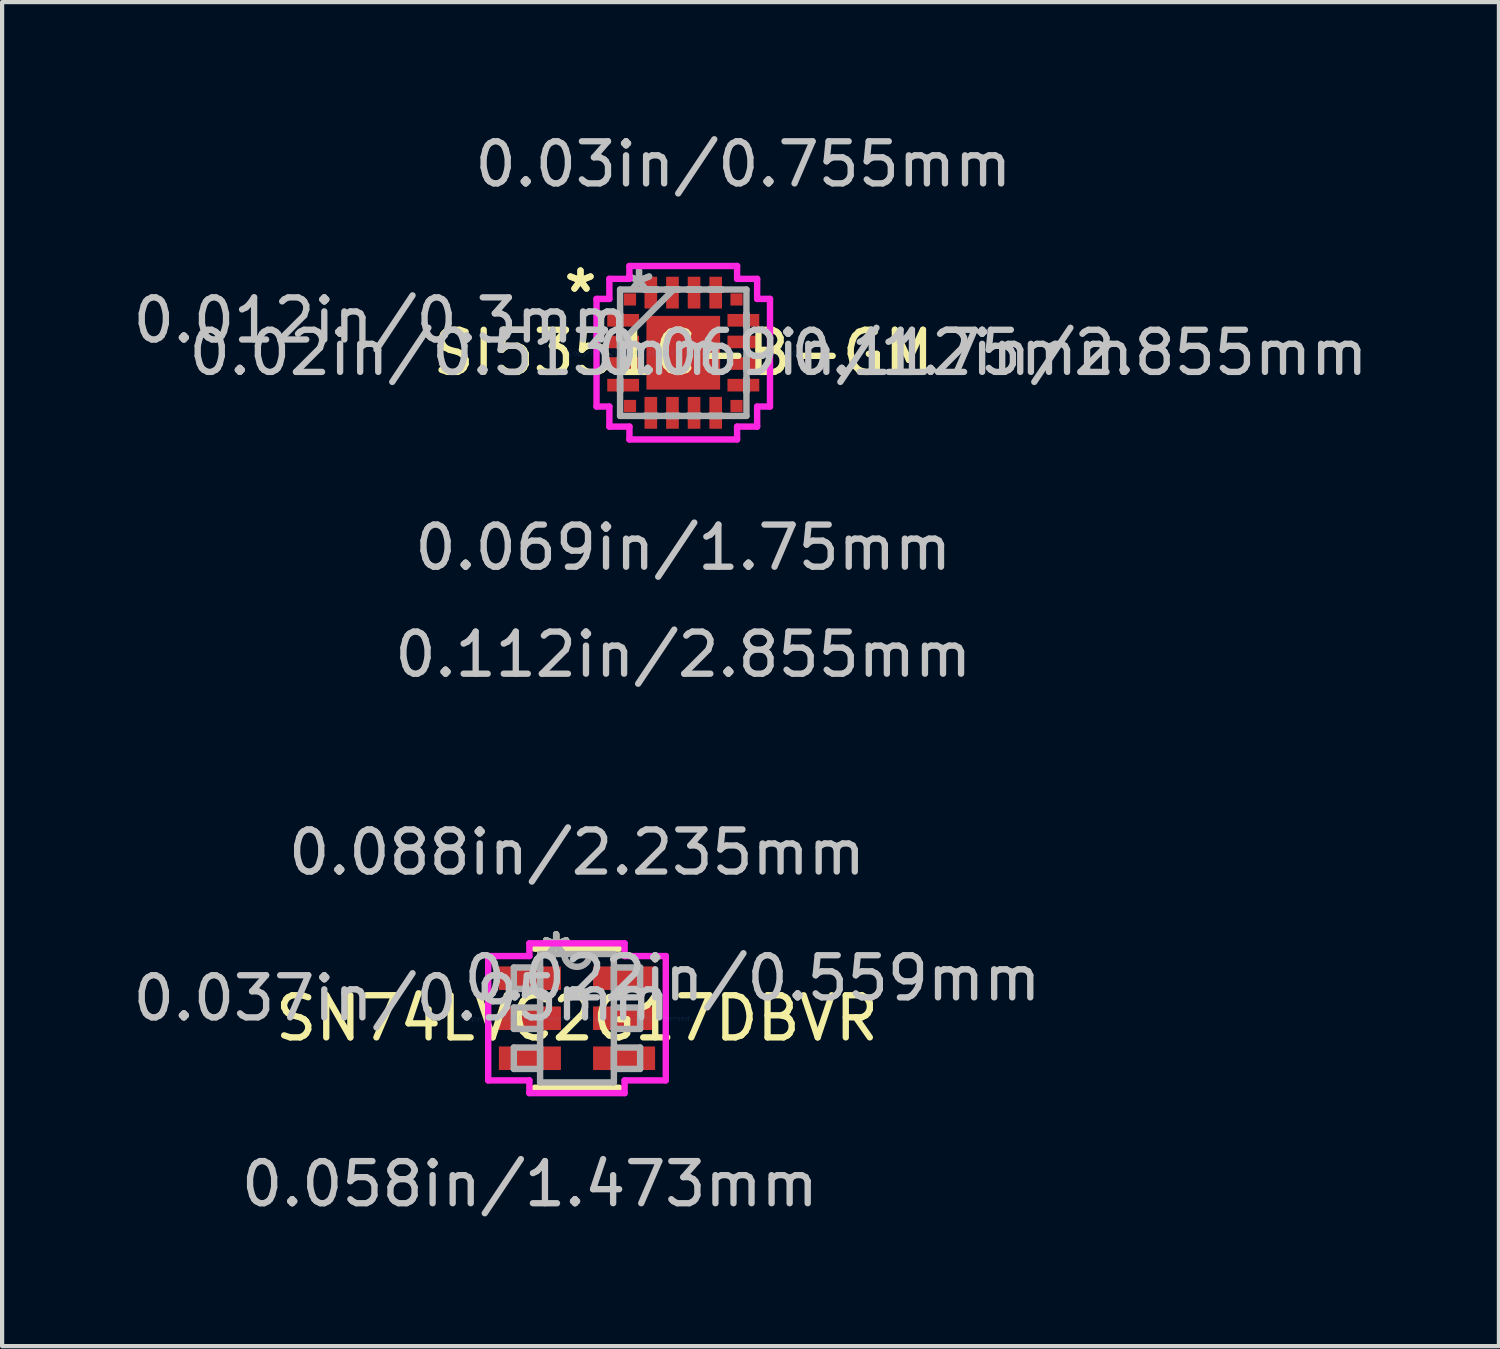
<source format=kicad_pcb>
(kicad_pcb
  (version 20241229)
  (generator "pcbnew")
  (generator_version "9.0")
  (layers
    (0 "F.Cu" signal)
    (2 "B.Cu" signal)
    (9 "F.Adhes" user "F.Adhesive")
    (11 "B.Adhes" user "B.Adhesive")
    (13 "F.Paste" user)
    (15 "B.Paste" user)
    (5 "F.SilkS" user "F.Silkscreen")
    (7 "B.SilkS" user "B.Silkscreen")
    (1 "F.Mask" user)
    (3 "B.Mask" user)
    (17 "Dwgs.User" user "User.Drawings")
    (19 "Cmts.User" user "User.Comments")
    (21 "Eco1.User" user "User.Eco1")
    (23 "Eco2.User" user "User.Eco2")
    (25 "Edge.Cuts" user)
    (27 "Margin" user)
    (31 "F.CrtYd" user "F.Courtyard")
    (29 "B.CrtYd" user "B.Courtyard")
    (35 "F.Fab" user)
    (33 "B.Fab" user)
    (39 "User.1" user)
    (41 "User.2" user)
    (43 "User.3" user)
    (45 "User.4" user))
  (footprint "SI5351C-B-GM"
    (layer "F.Cu")
    (at 13.171 5.324)
    (property "Reference" "SI5351C-B-GM" (at 0 0 0) (layer "F.SilkS") (effects (font (size 1 1) (thickness 0.15))))
    (attr through_hole)
    (fp_line (start -0.875 -0.875) (end -0.875 0.875) (stroke (width 0.152) (type solid)) (layer "F.Paste"))
    (fp_line (start -0.875 0.875) (end 0.875 0.875) (stroke (width 0.152) (type solid)) (layer "F.Paste"))
    (fp_line (start 0.875 -0.875) (end -0.875 -0.875) (stroke (width 0.152) (type solid)) (layer "F.Paste"))
    (fp_line (start 0.875 0.875) (end 0.875 -0.875) (stroke (width 0.152) (type solid)) (layer "F.Paste"))
    (fp_line (start -2.059 -1.278) (end -1.754 -1.278) (stroke (width 0.152) (type solid)) (layer "F.CrtYd"))
    (fp_line (start -2.059 1.278) (end -2.059 -1.278) (stroke (width 0.152) (type solid)) (layer "F.CrtYd"))
    (fp_line (start -1.754 -1.754) (end -1.278 -1.754) (stroke (width 0.152) (type solid)) (layer "F.CrtYd"))
    (fp_line (start -1.754 -1.278) (end -1.754 -1.754) (stroke (width 0.152) (type solid)) (layer "F.CrtYd"))
    (fp_line (start -1.754 1.278) (end -2.059 1.278) (stroke (width 0.152) (type solid)) (layer "F.CrtYd"))
    (fp_line (start -1.754 1.754) (end -1.754 1.278) (stroke (width 0.152) (type solid)) (layer "F.CrtYd"))
    (fp_line (start -1.278 -2.059) (end 1.278 -2.059) (stroke (width 0.152) (type solid)) (layer "F.CrtYd"))
    (fp_line (start -1.278 -1.754) (end -1.278 -2.059) (stroke (width 0.152) (type solid)) (layer "F.CrtYd"))
    (fp_line (start -1.278 1.754) (end -1.754 1.754) (stroke (width 0.152) (type solid)) (layer "F.CrtYd"))
    (fp_line (start -1.278 2.059) (end -1.278 1.754) (stroke (width 0.152) (type solid)) (layer "F.CrtYd"))
    (fp_line (start 1.278 -2.059) (end 1.278 -1.754) (stroke (width 0.152) (type solid)) (layer "F.CrtYd"))
    (fp_line (start 1.278 -1.754) (end 1.754 -1.754) (stroke (width 0.152) (type solid)) (layer "F.CrtYd"))
    (fp_line (start 1.278 1.754) (end 1.278 2.059) (stroke (width 0.152) (type solid)) (layer "F.CrtYd"))
    (fp_line (start 1.278 2.059) (end -1.278 2.059) (stroke (width 0.152) (type solid)) (layer "F.CrtYd"))
    (fp_line (start 1.754 -1.754) (end 1.754 -1.278) (stroke (width 0.152) (type solid)) (layer "F.CrtYd"))
    (fp_line (start 1.754 -1.278) (end 2.059 -1.278) (stroke (width 0.152) (type solid)) (layer "F.CrtYd"))
    (fp_line (start 1.754 1.278) (end 1.754 1.754) (stroke (width 0.152) (type solid)) (layer "F.CrtYd"))
    (fp_line (start 1.754 1.754) (end 1.278 1.754) (stroke (width 0.152) (type solid)) (layer "F.CrtYd"))
    (fp_line (start 2.059 -1.278) (end 2.059 1.278) (stroke (width 0.152) (type solid)) (layer "F.CrtYd"))
    (fp_line (start 2.059 1.278) (end 1.754 1.278) (stroke (width 0.152) (type solid)) (layer "F.CrtYd"))
    (fp_line (start -1.5 -1.5) (end -1.5 1.5) (stroke (width 0.152) (type solid)) (layer "F.Fab"))
    (fp_line (start -1.5 -0.919) (end -1.5 -0.919) (stroke (width 0.152) (type solid)) (layer "F.Fab"))
    (fp_line (start -1.5 -0.919) (end -1.5 -0.62) (stroke (width 0.152) (type solid)) (layer "F.Fab"))
    (fp_line (start -1.5 -0.62) (end -1.5 -0.919) (stroke (width 0.152) (type solid)) (layer "F.Fab"))
    (fp_line (start -1.5 -0.62) (end -1.5 -0.62) (stroke (width 0.152) (type solid)) (layer "F.Fab"))
    (fp_line (start -1.5 -0.406) (end -1.5 -0.406) (stroke (width 0.152) (type solid)) (layer "F.Fab"))
    (fp_line (start -1.5 -0.406) (end -1.5 -0.106) (stroke (width 0.152) (type solid)) (layer "F.Fab"))
    (fp_line (start -1.5 -0.23) (end -0.23 -1.5) (stroke (width 0.152) (type solid)) (layer "F.Fab"))
    (fp_line (start -1.5 -0.106) (end -1.5 -0.406) (stroke (width 0.152) (type solid)) (layer "F.Fab"))
    (fp_line (start -1.5 -0.106) (end -1.5 -0.106) (stroke (width 0.152) (type solid)) (layer "F.Fab"))
    (fp_line (start -1.5 0.106) (end -1.5 0.106) (stroke (width 0.152) (type solid)) (layer "F.Fab"))
    (fp_line (start -1.5 0.106) (end -1.5 0.406) (stroke (width 0.152) (type solid)) (layer "F.Fab"))
    (fp_line (start -1.5 0.406) (end -1.5 0.106) (stroke (width 0.152) (type solid)) (layer "F.Fab"))
    (fp_line (start -1.5 0.406) (end -1.5 0.406) (stroke (width 0.152) (type solid)) (layer "F.Fab"))
    (fp_line (start -1.5 0.62) (end -1.5 0.62) (stroke (width 0.152) (type solid)) (layer "F.Fab"))
    (fp_line (start -1.5 0.62) (end -1.5 0.919) (stroke (width 0.152) (type solid)) (layer "F.Fab"))
    (fp_line (start -1.5 0.919) (end -1.5 0.62) (stroke (width 0.152) (type solid)) (layer "F.Fab"))
    (fp_line (start -1.5 0.919) (end -1.5 0.919) (stroke (width 0.152) (type solid)) (layer "F.Fab"))
    (fp_line (start -1.5 1.5) (end 1.5 1.5) (stroke (width 0.152) (type solid)) (layer "F.Fab"))
    (fp_line (start -0.919 -1.5) (end -0.919 -1.5) (stroke (width 0.152) (type solid)) (layer "F.Fab"))
    (fp_line (start -0.919 -1.5) (end -0.62 -1.5) (stroke (width 0.152) (type solid)) (layer "F.Fab"))
    (fp_line (start -0.919 1.5) (end -0.919 1.5) (stroke (width 0.152) (type solid)) (layer "F.Fab"))
    (fp_line (start -0.919 1.5) (end -0.62 1.5) (stroke (width 0.152) (type solid)) (layer "F.Fab"))
    (fp_line (start -0.62 -1.5) (end -0.919 -1.5) (stroke (width 0.152) (type solid)) (layer "F.Fab"))
    (fp_line (start -0.62 -1.5) (end -0.62 -1.5) (stroke (width 0.152) (type solid)) (layer "F.Fab"))
    (fp_line (start -0.62 1.5) (end -0.919 1.5) (stroke (width 0.152) (type solid)) (layer "F.Fab"))
    (fp_line (start -0.62 1.5) (end -0.62 1.5) (stroke (width 0.152) (type solid)) (layer "F.Fab"))
    (fp_line (start -0.406 -1.5) (end -0.406 -1.5) (stroke (width 0.152) (type solid)) (layer "F.Fab"))
    (fp_line (start -0.406 -1.5) (end -0.106 -1.5) (stroke (width 0.152) (type solid)) (layer "F.Fab"))
    (fp_line (start -0.406 1.5) (end -0.406 1.5) (stroke (width 0.152) (type solid)) (layer "F.Fab"))
    (fp_line (start -0.406 1.5) (end -0.106 1.5) (stroke (width 0.152) (type solid)) (layer "F.Fab"))
    (fp_line (start -0.106 -1.5) (end -0.406 -1.5) (stroke (width 0.152) (type solid)) (layer "F.Fab"))
    (fp_line (start -0.106 -1.5) (end -0.106 -1.5) (stroke (width 0.152) (type solid)) (layer "F.Fab"))
    (fp_line (start -0.106 1.5) (end -0.406 1.5) (stroke (width 0.152) (type solid)) (layer "F.Fab"))
    (fp_line (start -0.106 1.5) (end -0.106 1.5) (stroke (width 0.152) (type solid)) (layer "F.Fab"))
    (fp_line (start 0.106 -1.5) (end 0.106 -1.5) (stroke (width 0.152) (type solid)) (layer "F.Fab"))
    (fp_line (start 0.106 -1.5) (end 0.406 -1.5) (stroke (width 0.152) (type solid)) (layer "F.Fab"))
    (fp_line (start 0.106 1.5) (end 0.106 1.5) (stroke (width 0.152) (type solid)) (layer "F.Fab"))
    (fp_line (start 0.106 1.5) (end 0.406 1.5) (stroke (width 0.152) (type solid)) (layer "F.Fab"))
    (fp_line (start 0.406 -1.5) (end 0.106 -1.5) (stroke (width 0.152) (type solid)) (layer "F.Fab"))
    (fp_line (start 0.406 -1.5) (end 0.406 -1.5) (stroke (width 0.152) (type solid)) (layer "F.Fab"))
    (fp_line (start 0.406 1.5) (end 0.106 1.5) (stroke (width 0.152) (type solid)) (layer "F.Fab"))
    (fp_line (start 0.406 1.5) (end 0.406 1.5) (stroke (width 0.152) (type solid)) (layer "F.Fab"))
    (fp_line (start 0.62 -1.5) (end 0.62 -1.5) (stroke (width 0.152) (type solid)) (layer "F.Fab"))
    (fp_line (start 0.62 -1.5) (end 0.919 -1.5) (stroke (width 0.152) (type solid)) (layer "F.Fab"))
    (fp_line (start 0.62 1.5) (end 0.62 1.5) (stroke (width 0.152) (type solid)) (layer "F.Fab"))
    (fp_line (start 0.62 1.5) (end 0.919 1.5) (stroke (width 0.152) (type solid)) (layer "F.Fab"))
    (fp_line (start 0.919 -1.5) (end 0.62 -1.5) (stroke (width 0.152) (type solid)) (layer "F.Fab"))
    (fp_line (start 0.919 -1.5) (end 0.919 -1.5) (stroke (width 0.152) (type solid)) (layer "F.Fab"))
    (fp_line (start 0.919 1.5) (end 0.62 1.5) (stroke (width 0.152) (type solid)) (layer "F.Fab"))
    (fp_line (start 0.919 1.5) (end 0.919 1.5) (stroke (width 0.152) (type solid)) (layer "F.Fab"))
    (fp_line (start 1.5 -1.5) (end -1.5 -1.5) (stroke (width 0.152) (type solid)) (layer "F.Fab"))
    (fp_line (start 1.5 -0.919) (end 1.5 -0.919) (stroke (width 0.152) (type solid)) (layer "F.Fab"))
    (fp_line (start 1.5 -0.919) (end 1.5 -0.62) (stroke (width 0.152) (type solid)) (layer "F.Fab"))
    (fp_line (start 1.5 -0.62) (end 1.5 -0.919) (stroke (width 0.152) (type solid)) (layer "F.Fab"))
    (fp_line (start 1.5 -0.62) (end 1.5 -0.62) (stroke (width 0.152) (type solid)) (layer "F.Fab"))
    (fp_line (start 1.5 -0.406) (end 1.5 -0.406) (stroke (width 0.152) (type solid)) (layer "F.Fab"))
    (fp_line (start 1.5 -0.406) (end 1.5 -0.106) (stroke (width 0.152) (type solid)) (layer "F.Fab"))
    (fp_line (start 1.5 -0.106) (end 1.5 -0.406) (stroke (width 0.152) (type solid)) (layer "F.Fab"))
    (fp_line (start 1.5 -0.106) (end 1.5 -0.106) (stroke (width 0.152) (type solid)) (layer "F.Fab"))
    (fp_line (start 1.5 0.106) (end 1.5 0.106) (stroke (width 0.152) (type solid)) (layer "F.Fab"))
    (fp_line (start 1.5 0.106) (end 1.5 0.406) (stroke (width 0.152) (type solid)) (layer "F.Fab"))
    (fp_line (start 1.5 0.406) (end 1.5 0.106) (stroke (width 0.152) (type solid)) (layer "F.Fab"))
    (fp_line (start 1.5 0.406) (end 1.5 0.406) (stroke (width 0.152) (type solid)) (layer "F.Fab"))
    (fp_line (start 1.5 0.62) (end 1.5 0.62) (stroke (width 0.152) (type solid)) (layer "F.Fab"))
    (fp_line (start 1.5 0.62) (end 1.5 0.919) (stroke (width 0.152) (type solid)) (layer "F.Fab"))
    (fp_line (start 1.5 0.919) (end 1.5 0.62) (stroke (width 0.152) (type solid)) (layer "F.Fab"))
    (fp_line (start 1.5 0.919) (end 1.5 0.919) (stroke (width 0.152) (type solid)) (layer "F.Fab"))
    (fp_line (start 1.5 1.5) (end 1.5 -1.5) (stroke (width 0.152) (type solid)) (layer "F.Fab"))
    (fp_text user "*" (at -2.44 -1.407 0) (layer "F.SilkS") (effects (font (size 1 1) (thickness 0.15))))
    (fp_text user "*" (at -2.44 -1.407 0) (layer "F.SilkS") (effects (font (size 1 1) (thickness 0.15))))
    (fp_text user "0.012in/0.3mm" (at -7.165 -0.769 0) (layer "Dwgs.User") (effects (font (size 1 1) (thickness 0.15))))
    (fp_text user "0.02in/0.513mm" (at -5.361 0 0) (layer "Dwgs.User") (effects (font (size 1 1) (thickness 0.15))))
    (fp_text user "0.03in/0.755mm" (at 1.427 -4.475 0) (layer "Dwgs.User") (effects (font (size 1 1) (thickness 0.15))))
    (fp_text user "0.112in/2.855mm" (at 0 7.165 0) (layer "Dwgs.User") (effects (font (size 1 1) (thickness 0.15))))
    (fp_text user "0.069in/1.75mm" (at 0 4.625 0) (layer "Dwgs.User") (effects (font (size 1 1) (thickness 0.15))))
    (fp_text user "0.069in/1.75mm" (at 4.325 0 0) (layer "Dwgs.User") (effects (font (size 1 1) (thickness 0.15))))
    (fp_text user "0.112in/2.855mm" (at 9.405 0 0) (layer "Dwgs.User") (effects (font (size 1 1) (thickness 0.15))))
    (fp_text user "Copyright 2016 Accelerated Designs. All rights reserved." (at 0 0 0) (layer "Cmts.User") (effects (font (size 0.127 0.127) (thickness 0.002))))
    (fp_text user "*" (at -1.05 -1.407 0) (layer "F.Fab") (effects (font (size 1 1) (thickness 0.15))))
    (fp_text user "*" (at -1.05 -1.407 0) (layer "F.Fab") (effects (font (size 1 1) (thickness 0.15))))
    (pad "1" smd rect (at -1.265 -1.265) (size 0.29 0.29) (layers "F.Cu" "F.Mask" "F.Paste"))
    (pad "2" smd rect (at -1.427 -0.77 90) (size 0.3 0.755) (layers "F.Cu" "F.Mask" "F.Paste"))
    (pad "3" smd rect (at -1.427 -0.256 90) (size 0.3 0.755) (layers "F.Cu" "F.Mask" "F.Paste"))
    (pad "4" smd rect (at -1.427 0.256 90) (size 0.3 0.755) (layers "F.Cu" "F.Mask" "F.Paste"))
    (pad "5" smd rect (at -1.427 0.77 90) (size 0.3 0.755) (layers "F.Cu" "F.Mask" "F.Paste"))
    (pad "6" smd rect (at -1.265 1.265) (size 0.29 0.29) (layers "F.Cu" "F.Mask" "F.Paste"))
    (pad "7" smd rect (at -0.77 1.427) (size 0.3 0.755) (layers "F.Cu" "F.Mask" "F.Paste"))
    (pad "8" smd rect (at -0.256 1.427) (size 0.3 0.755) (layers "F.Cu" "F.Mask" "F.Paste"))
    (pad "9" smd rect (at 0.256 1.427) (size 0.3 0.755) (layers "F.Cu" "F.Mask" "F.Paste"))
    (pad "10" smd rect (at 0.77 1.427) (size 0.3 0.755) (layers "F.Cu" "F.Mask" "F.Paste"))
    (pad "11" smd rect (at 1.265 1.265) (size 0.29 0.29) (layers "F.Cu" "F.Mask" "F.Paste"))
    (pad "12" smd rect (at 1.427 0.77 90) (size 0.3 0.755) (layers "F.Cu" "F.Mask" "F.Paste"))
    (pad "13" smd rect (at 1.427 0.256 90) (size 0.3 0.755) (layers "F.Cu" "F.Mask" "F.Paste"))
    (pad "14" smd rect (at 1.427 -0.256 90) (size 0.3 0.755) (layers "F.Cu" "F.Mask" "F.Paste"))
    (pad "15" smd rect (at 1.427 -0.77 90) (size 0.3 0.755) (layers "F.Cu" "F.Mask" "F.Paste"))
    (pad "16" smd rect (at 1.265 -1.265) (size 0.29 0.29) (layers "F.Cu" "F.Mask" "F.Paste"))
    (pad "17" smd rect (at 0.77 -1.427) (size 0.3 0.755) (layers "F.Cu" "F.Mask" "F.Paste"))
    (pad "18" smd rect (at 0.256 -1.427) (size 0.3 0.755) (layers "F.Cu" "F.Mask" "F.Paste"))
    (pad "19" smd rect (at -0.256 -1.427) (size 0.3 0.755) (layers "F.Cu" "F.Mask" "F.Paste"))
    (pad "20" smd rect (at -0.77 -1.427) (size 0.3 0.755) (layers "F.Cu" "F.Mask" "F.Paste"))
    (pad "21" smd rect (at 0 0) (size 1.75 1.75) (layers "F.Cu" "F.Mask" "F.Paste")))
  (footprint "SN74LVC2G17DBVR"
    (layer "F.Cu")
    (at 10.648 21.123)
    (property "Reference" "SN74LVC2G17DBVR" (at 0 0 0) (layer "F.SilkS") (effects (font (size 1 1) (thickness 0.15))))
    (attr through_hole)
    (fp_line (start -1.003 1.651) (end 1.003 1.651) (stroke (width 0.152) (type solid)) (layer "F.SilkS"))
    (fp_line (start 1.003 -1.651) (end -1.003 -1.651) (stroke (width 0.152) (type solid)) (layer "F.SilkS"))
    (fp_line (start -2.108 -1.476) (end -1.13 -1.476) (stroke (width 0.152) (type solid)) (layer "F.CrtYd"))
    (fp_line (start -2.108 1.476) (end -2.108 -1.476) (stroke (width 0.152) (type solid)) (layer "F.CrtYd"))
    (fp_line (start -1.13 -1.778) (end 1.13 -1.778) (stroke (width 0.152) (type solid)) (layer "F.CrtYd"))
    (fp_line (start -1.13 -1.476) (end -1.13 -1.778) (stroke (width 0.152) (type solid)) (layer "F.CrtYd"))
    (fp_line (start -1.13 1.476) (end -2.108 1.476) (stroke (width 0.152) (type solid)) (layer "F.CrtYd"))
    (fp_line (start -1.13 1.778) (end -1.13 1.476) (stroke (width 0.152) (type solid)) (layer "F.CrtYd"))
    (fp_line (start 1.13 -1.778) (end 1.13 -1.476) (stroke (width 0.152) (type solid)) (layer "F.CrtYd"))
    (fp_line (start 1.13 -1.476) (end 2.108 -1.476) (stroke (width 0.152) (type solid)) (layer "F.CrtYd"))
    (fp_line (start 1.13 1.476) (end 1.13 1.778) (stroke (width 0.152) (type solid)) (layer "F.CrtYd"))
    (fp_line (start 1.13 1.778) (end -1.13 1.778) (stroke (width 0.152) (type solid)) (layer "F.CrtYd"))
    (fp_line (start 2.108 -1.476) (end 2.108 1.476) (stroke (width 0.152) (type solid)) (layer "F.CrtYd"))
    (fp_line (start 2.108 1.476) (end 1.13 1.476) (stroke (width 0.152) (type solid)) (layer "F.CrtYd"))
    (fp_line (start -1.499 -1.204) (end -1.499 -0.696) (stroke (width 0.152) (type solid)) (layer "F.Fab"))
    (fp_line (start -1.499 -0.696) (end -0.876 -0.696) (stroke (width 0.152) (type solid)) (layer "F.Fab"))
    (fp_line (start -1.499 -0.254) (end -1.499 0.254) (stroke (width 0.152) (type solid)) (layer "F.Fab"))
    (fp_line (start -1.499 0.254) (end -0.876 0.254) (stroke (width 0.152) (type solid)) (layer "F.Fab"))
    (fp_line (start -1.499 0.696) (end -1.499 1.204) (stroke (width 0.152) (type solid)) (layer "F.Fab"))
    (fp_line (start -1.499 1.204) (end -0.876 1.204) (stroke (width 0.152) (type solid)) (layer "F.Fab"))
    (fp_line (start -0.876 -1.524) (end -0.876 1.524) (stroke (width 0.152) (type solid)) (layer "F.Fab"))
    (fp_line (start -0.876 -1.204) (end -1.499 -1.204) (stroke (width 0.152) (type solid)) (layer "F.Fab"))
    (fp_line (start -0.876 -0.696) (end -0.876 -1.204) (stroke (width 0.152) (type solid)) (layer "F.Fab"))
    (fp_line (start -0.876 -0.254) (end -1.499 -0.254) (stroke (width 0.152) (type solid)) (layer "F.Fab"))
    (fp_line (start -0.876 0.254) (end -0.876 -0.254) (stroke (width 0.152) (type solid)) (layer "F.Fab"))
    (fp_line (start -0.876 0.696) (end -1.499 0.696) (stroke (width 0.152) (type solid)) (layer "F.Fab"))
    (fp_line (start -0.876 1.204) (end -0.876 0.696) (stroke (width 0.152) (type solid)) (layer "F.Fab"))
    (fp_line (start -0.876 1.524) (end 0.876 1.524) (stroke (width 0.152) (type solid)) (layer "F.Fab"))
    (fp_line (start 0.876 -1.524) (end -0.876 -1.524) (stroke (width 0.152) (type solid)) (layer "F.Fab"))
    (fp_line (start 0.876 -1.204) (end 0.876 -0.696) (stroke (width 0.152) (type solid)) (layer "F.Fab"))
    (fp_line (start 0.876 -0.696) (end 1.499 -0.696) (stroke (width 0.152) (type solid)) (layer "F.Fab"))
    (fp_line (start 0.876 -0.254) (end 0.876 0.254) (stroke (width 0.152) (type solid)) (layer "F.Fab"))
    (fp_line (start 0.876 0.254) (end 1.499 0.254) (stroke (width 0.152) (type solid)) (layer "F.Fab"))
    (fp_line (start 0.876 0.696) (end 0.876 1.204) (stroke (width 0.152) (type solid)) (layer "F.Fab"))
    (fp_line (start 0.876 1.204) (end 1.499 1.204) (stroke (width 0.152) (type solid)) (layer "F.Fab"))
    (fp_line (start 0.876 1.524) (end 0.876 -1.524) (stroke (width 0.152) (type solid)) (layer "F.Fab"))
    (fp_line (start 1.499 -1.204) (end 0.876 -1.204) (stroke (width 0.152) (type solid)) (layer "F.Fab"))
    (fp_line (start 1.499 -0.696) (end 1.499 -1.204) (stroke (width 0.152) (type solid)) (layer "F.Fab"))
    (fp_line (start 1.499 -0.254) (end 0.876 -0.254) (stroke (width 0.152) (type solid)) (layer "F.Fab"))
    (fp_line (start 1.499 0.254) (end 1.499 -0.254) (stroke (width 0.152) (type solid)) (layer "F.Fab"))
    (fp_line (start 1.499 0.696) (end 0.876 0.696) (stroke (width 0.152) (type solid)) (layer "F.Fab"))
    (fp_line (start 1.499 1.204) (end 1.499 0.696) (stroke (width 0.152) (type solid)) (layer "F.Fab"))
    (fp_arc (start 0.3048 -1.524) (mid 0 -1.2192) (end -0.3048 -1.524) (stroke (width 0.1524) (type solid)) (layer "F.Fab"))
    (fp_text user "*" (at -0.495 -1.448 0) (layer "F.SilkS") (effects (font (size 1 1) (thickness 0.15))))
    (fp_text user "*" (at -0.495 -1.448 0) (layer "F.SilkS") (effects (font (size 1 1) (thickness 0.15))))
    (fp_text user "0.037in/0.95mm" (at -4.166 -0.475 0) (layer "Dwgs.User") (effects (font (size 1 1) (thickness 0.15))))
    (fp_text user "0.088in/2.235mm" (at 0 -3.937 0) (layer "Dwgs.User") (effects (font (size 1 1) (thickness 0.15))))
    (fp_text user "0.058in/1.473mm" (at -1.118 3.937 0) (layer "Dwgs.User") (effects (font (size 1 1) (thickness 0.15))))
    (fp_text user "0.022in/0.559mm" (at 4.166 -0.95 0) (layer "Dwgs.User") (effects (font (size 1 1) (thickness 0.15))))
    (fp_text user "Copyright 2016 Accelerated Designs. All rights reserved." (at 0 0 0) (layer "Cmts.User") (effects (font (size 0.127 0.127) (thickness 0.002))))
    (fp_text user "*" (at -0.495 -1.448 0) (layer "F.Fab") (effects (font (size 1 1) (thickness 0.15))))
    (fp_text user "*" (at -0.495 -1.448 0) (layer "F.Fab") (effects (font (size 1 1) (thickness 0.15))))
    (pad "1" smd rect (at -1.118 -0.95) (size 1.473 0.559) (layers "F.Cu" "F.Mask" "F.Paste"))
    (pad "2" smd rect (at -1.118 0) (size 1.473 0.559) (layers "F.Cu" "F.Mask" "F.Paste"))
    (pad "3" smd rect (at -1.118 0.95) (size 1.473 0.559) (layers "F.Cu" "F.Mask" "F.Paste"))
    (pad "4" smd rect (at 1.118 0.95) (size 1.473 0.559) (layers "F.Cu" "F.Mask" "F.Paste"))
    (pad "5" smd rect (at 1.118 0) (size 1.473 0.559) (layers "F.Cu" "F.Mask" "F.Paste"))
    (pad "6" smd rect (at 1.118 -0.95) (size 1.473 0.559) (layers "F.Cu" "F.Mask" "F.Paste")))
  (gr_rect
    (start -3 -3)
    (end 32.535 28.908)
    (stroke (width 0.1) (type default))
    (fill no)
    (layer "Edge.Cuts")))
</source>
